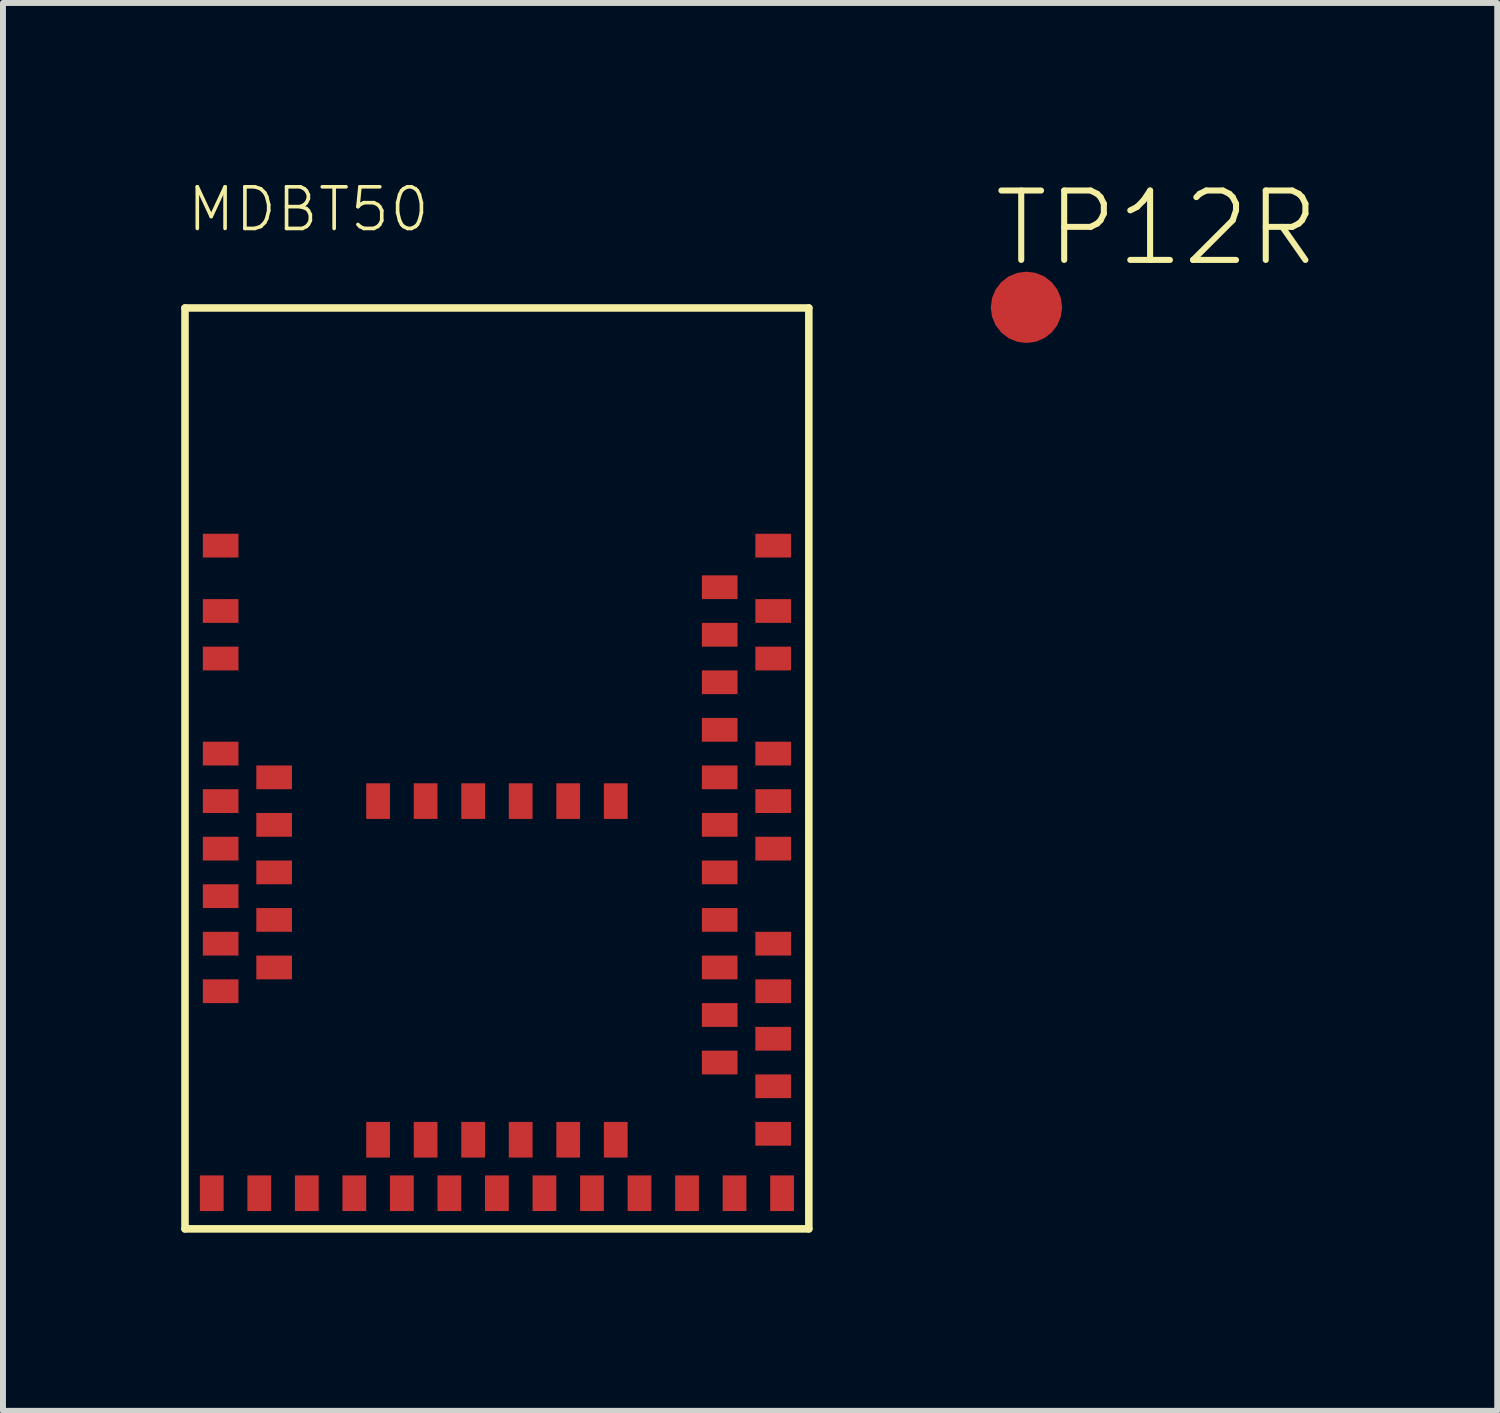
<source format=kicad_pcb>
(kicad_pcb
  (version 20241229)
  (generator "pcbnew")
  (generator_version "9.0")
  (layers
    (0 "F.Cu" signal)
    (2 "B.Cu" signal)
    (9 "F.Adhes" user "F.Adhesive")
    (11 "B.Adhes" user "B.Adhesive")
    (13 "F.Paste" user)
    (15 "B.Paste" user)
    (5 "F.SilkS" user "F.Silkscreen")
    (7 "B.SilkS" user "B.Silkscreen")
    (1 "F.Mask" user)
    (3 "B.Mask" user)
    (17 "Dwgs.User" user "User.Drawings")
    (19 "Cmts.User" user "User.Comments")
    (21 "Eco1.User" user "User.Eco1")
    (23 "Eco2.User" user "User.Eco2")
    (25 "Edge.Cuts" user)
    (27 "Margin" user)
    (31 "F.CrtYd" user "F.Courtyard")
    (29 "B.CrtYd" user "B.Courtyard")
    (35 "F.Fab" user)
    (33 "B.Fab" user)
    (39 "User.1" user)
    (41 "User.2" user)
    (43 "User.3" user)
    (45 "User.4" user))
  (footprint "TP12R"
    (layer "F.Cu")
    (at 14.227 2.123)
    (property "Reference" "TP12R" (at -0.6 -0.65 0) (layer "F.SilkS") (effects (font (size 1.168 1.168) (thickness 0.102)) (justify left bottom)))
    (pad "TP" smd roundrect (at 0 0) (size 1.2 1.2) (layers "F.Cu" "F.Mask") (roundrect_rratio 0.5)))
  (footprint "MDBT50"
    (layer "F.Cu")
    (at 5.314 9.884)
    (property "Reference" "MDBT50" (at -5.25 -9 0) (layer "F.SilkS") (effects (font (size 0.701 0.701) (thickness 0.061)) (justify left bottom)))
    (fp_line (start -5.25 -7.75) (end 5.25 -7.75) (stroke (width 0.127) (type solid)) (layer "F.SilkS"))
    (fp_line (start -5.25 7.75) (end -5.25 -7.75) (stroke (width 0.127) (type solid)) (layer "F.SilkS"))
    (fp_line (start 5.25 -7.75) (end 5.25 7.75) (stroke (width 0.127) (type solid)) (layer "F.SilkS"))
    (fp_line (start 5.25 7.75) (end -5.25 7.75) (stroke (width 0.127) (type solid)) (layer "F.SilkS"))
    (pad "1" smd rect (at -4.65 -3.75) (size 0.6 0.4) (layers "F.Cu" "F.Mask" "F.Paste"))
    (pad "2" smd rect (at -4.65 -2.65 180) (size 0.6 0.4) (layers "F.Cu" "F.Mask" "F.Paste"))
    (pad "3" smd rect (at -4.65 -1.85) (size 0.6 0.4) (layers "F.Cu" "F.Mask" "F.Paste"))
    (pad "4" smd rect (at -4.65 -0.25) (size 0.6 0.4) (layers "F.Cu" "F.Mask" "F.Paste"))
    (pad "5" smd rect (at -3.75 0.15) (size 0.6 0.4) (layers "F.Cu" "F.Mask" "F.Paste"))
    (pad "6" smd rect (at -4.65 0.55 180) (size 0.6 0.4) (layers "F.Cu" "F.Mask" "F.Paste"))
    (pad "7" smd rect (at -3.75 0.95) (size 0.6 0.4) (layers "F.Cu" "F.Mask" "F.Paste"))
    (pad "8" smd rect (at -4.65 1.35) (size 0.6 0.4) (layers "F.Cu" "F.Mask" "F.Paste"))
    (pad "9" smd rect (at -3.75 1.75) (size 0.6 0.4) (layers "F.Cu" "F.Mask" "F.Paste"))
    (pad "10" smd rect (at -4.65 2.15) (size 0.6 0.4) (layers "F.Cu" "F.Mask" "F.Paste"))
    (pad "11" smd rect (at -3.75 2.55) (size 0.6 0.4) (layers "F.Cu" "F.Mask" "F.Paste"))
    (pad "12" smd rect (at -4.65 2.95) (size 0.6 0.4) (layers "F.Cu" "F.Mask" "F.Paste"))
    (pad "13" smd rect (at -3.75 3.35) (size 0.6 0.4) (layers "F.Cu" "F.Mask" "F.Paste"))
    (pad "14" smd rect (at -4.65 3.75) (size 0.6 0.4) (layers "F.Cu" "F.Mask" "F.Paste"))
    (pad "15" smd rect (at -4.8 7.15 270) (size 0.6 0.4) (layers "F.Cu" "F.Mask" "F.Paste"))
    (pad "16" smd rect (at -4 7.15 270) (size 0.6 0.4) (layers "F.Cu" "F.Mask" "F.Paste"))
    (pad "17" smd rect (at -3.2 7.15 270) (size 0.6 0.4) (layers "F.Cu" "F.Mask" "F.Paste"))
    (pad "18" smd rect (at -2.4 7.15 90) (size 0.6 0.4) (layers "F.Cu" "F.Mask" "F.Paste"))
    (pad "19" smd rect (at -2 6.25 270) (size 0.6 0.4) (layers "F.Cu" "F.Mask" "F.Paste"))
    (pad "20" smd rect (at -1.6 7.15 90) (size 0.6 0.4) (layers "F.Cu" "F.Mask" "F.Paste"))
    (pad "21" smd rect (at -1.2 6.25 270) (size 0.6 0.4) (layers "F.Cu" "F.Mask" "F.Paste"))
    (pad "22" smd rect (at -0.8 7.15 90) (size 0.6 0.4) (layers "F.Cu" "F.Mask" "F.Paste"))
    (pad "23" smd rect (at -0.4 6.25 270) (size 0.6 0.4) (layers "F.Cu" "F.Mask" "F.Paste"))
    (pad "24" smd rect (at 0 7.15 90) (size 0.6 0.4) (layers "F.Cu" "F.Mask" "F.Paste"))
    (pad "25" smd rect (at 0.4 6.25 270) (size 0.6 0.4) (layers "F.Cu" "F.Mask" "F.Paste"))
    (pad "26" smd rect (at 0.8 7.15 90) (size 0.6 0.4) (layers "F.Cu" "F.Mask" "F.Paste"))
    (pad "27" smd rect (at 1.2 6.25 270) (size 0.6 0.4) (layers "F.Cu" "F.Mask" "F.Paste"))
    (pad "28" smd rect (at 1.6 7.15 90) (size 0.6 0.4) (layers "F.Cu" "F.Mask" "F.Paste"))
    (pad "29" smd rect (at 2 6.25 270) (size 0.6 0.4) (layers "F.Cu" "F.Mask" "F.Paste"))
    (pad "30" smd rect (at 2.4 7.15 90) (size 0.6 0.4) (layers "F.Cu" "F.Mask" "F.Paste"))
    (pad "31" smd rect (at 3.2 7.15 270) (size 0.6 0.4) (layers "F.Cu" "F.Mask" "F.Paste"))
    (pad "32" smd rect (at 4 7.15 270) (size 0.6 0.4) (layers "F.Cu" "F.Mask" "F.Paste"))
    (pad "33" smd rect (at 4.8 7.15 270) (size 0.6 0.4) (layers "F.Cu" "F.Mask" "F.Paste"))
    (pad "34" smd rect (at 4.65 6.15 180) (size 0.6 0.4) (layers "F.Cu" "F.Mask" "F.Paste"))
    (pad "35" smd rect (at 4.65 5.35 180) (size 0.6 0.4) (layers "F.Cu" "F.Mask" "F.Paste"))
    (pad "36" smd rect (at 3.75 4.95 180) (size 0.6 0.4) (layers "F.Cu" "F.Mask" "F.Paste"))
    (pad "37" smd rect (at 4.65 4.55 180) (size 0.6 0.4) (layers "F.Cu" "F.Mask" "F.Paste"))
    (pad "38" smd rect (at 3.75 4.15 180) (size 0.6 0.4) (layers "F.Cu" "F.Mask" "F.Paste"))
    (pad "39" smd rect (at 4.65 3.75 180) (size 0.6 0.4) (layers "F.Cu" "F.Mask" "F.Paste"))
    (pad "40" smd rect (at 3.75 3.35 180) (size 0.6 0.4) (layers "F.Cu" "F.Mask" "F.Paste"))
    (pad "41" smd rect (at 4.65 2.95 180) (size 0.6 0.4) (layers "F.Cu" "F.Mask" "F.Paste"))
    (pad "42" smd rect (at 3.75 2.55 180) (size 0.6 0.4) (layers "F.Cu" "F.Mask" "F.Paste"))
    (pad "43" smd rect (at 3.75 1.75 180) (size 0.6 0.4) (layers "F.Cu" "F.Mask" "F.Paste"))
    (pad "44" smd rect (at 4.65 1.35 180) (size 0.6 0.4) (layers "F.Cu" "F.Mask" "F.Paste"))
    (pad "45" smd rect (at 3.75 0.95 180) (size 0.6 0.4) (layers "F.Cu" "F.Mask" "F.Paste"))
    (pad "46" smd rect (at 4.65 0.55 180) (size 0.6 0.4) (layers "F.Cu" "F.Mask" "F.Paste"))
    (pad "47" smd rect (at 3.75 0.15 180) (size 0.6 0.4) (layers "F.Cu" "F.Mask" "F.Paste"))
    (pad "48" smd rect (at 4.65 -0.25 180) (size 0.6 0.4) (layers "F.Cu" "F.Mask" "F.Paste"))
    (pad "49" smd rect (at 3.75 -0.65 180) (size 0.6 0.4) (layers "F.Cu" "F.Mask" "F.Paste"))
    (pad "50" smd rect (at 3.75 -1.45 180) (size 0.6 0.4) (layers "F.Cu" "F.Mask" "F.Paste"))
    (pad "51" smd rect (at 4.65 -1.85 180) (size 0.6 0.4) (layers "F.Cu" "F.Mask" "F.Paste"))
    (pad "52" smd rect (at 3.75 -2.25 180) (size 0.6 0.4) (layers "F.Cu" "F.Mask" "F.Paste"))
    (pad "53" smd rect (at 4.65 -2.65 180) (size 0.6 0.4) (layers "F.Cu" "F.Mask" "F.Paste"))
    (pad "54" smd rect (at 3.75 -3.05 180) (size 0.6 0.4) (layers "F.Cu" "F.Mask" "F.Paste"))
    (pad "55" smd rect (at 4.65 -3.75 180) (size 0.6 0.4) (layers "F.Cu" "F.Mask" "F.Paste"))
    (pad "56" smd rect (at -2 0.55 270) (size 0.6 0.4) (layers "F.Cu" "F.Mask" "F.Paste"))
    (pad "57" smd rect (at -1.2 0.55 270) (size 0.6 0.4) (layers "F.Cu" "F.Mask" "F.Paste"))
    (pad "58" smd rect (at -0.4 0.55 270) (size 0.6 0.4) (layers "F.Cu" "F.Mask" "F.Paste"))
    (pad "59" smd rect (at 0.4 0.55 270) (size 0.6 0.4) (layers "F.Cu" "F.Mask" "F.Paste"))
    (pad "60" smd rect (at 1.2 0.55 270) (size 0.6 0.4) (layers "F.Cu" "F.Mask" "F.Paste"))
    (pad "61" smd rect (at 2 0.55 270) (size 0.6 0.4) (layers "F.Cu" "F.Mask" "F.Paste")))
  (gr_rect
    (start -3 -3)
    (end 22.151 20.697)
    (stroke (width 0.1) (type default))
    (fill no)
    (layer "Edge.Cuts")))
</source>
